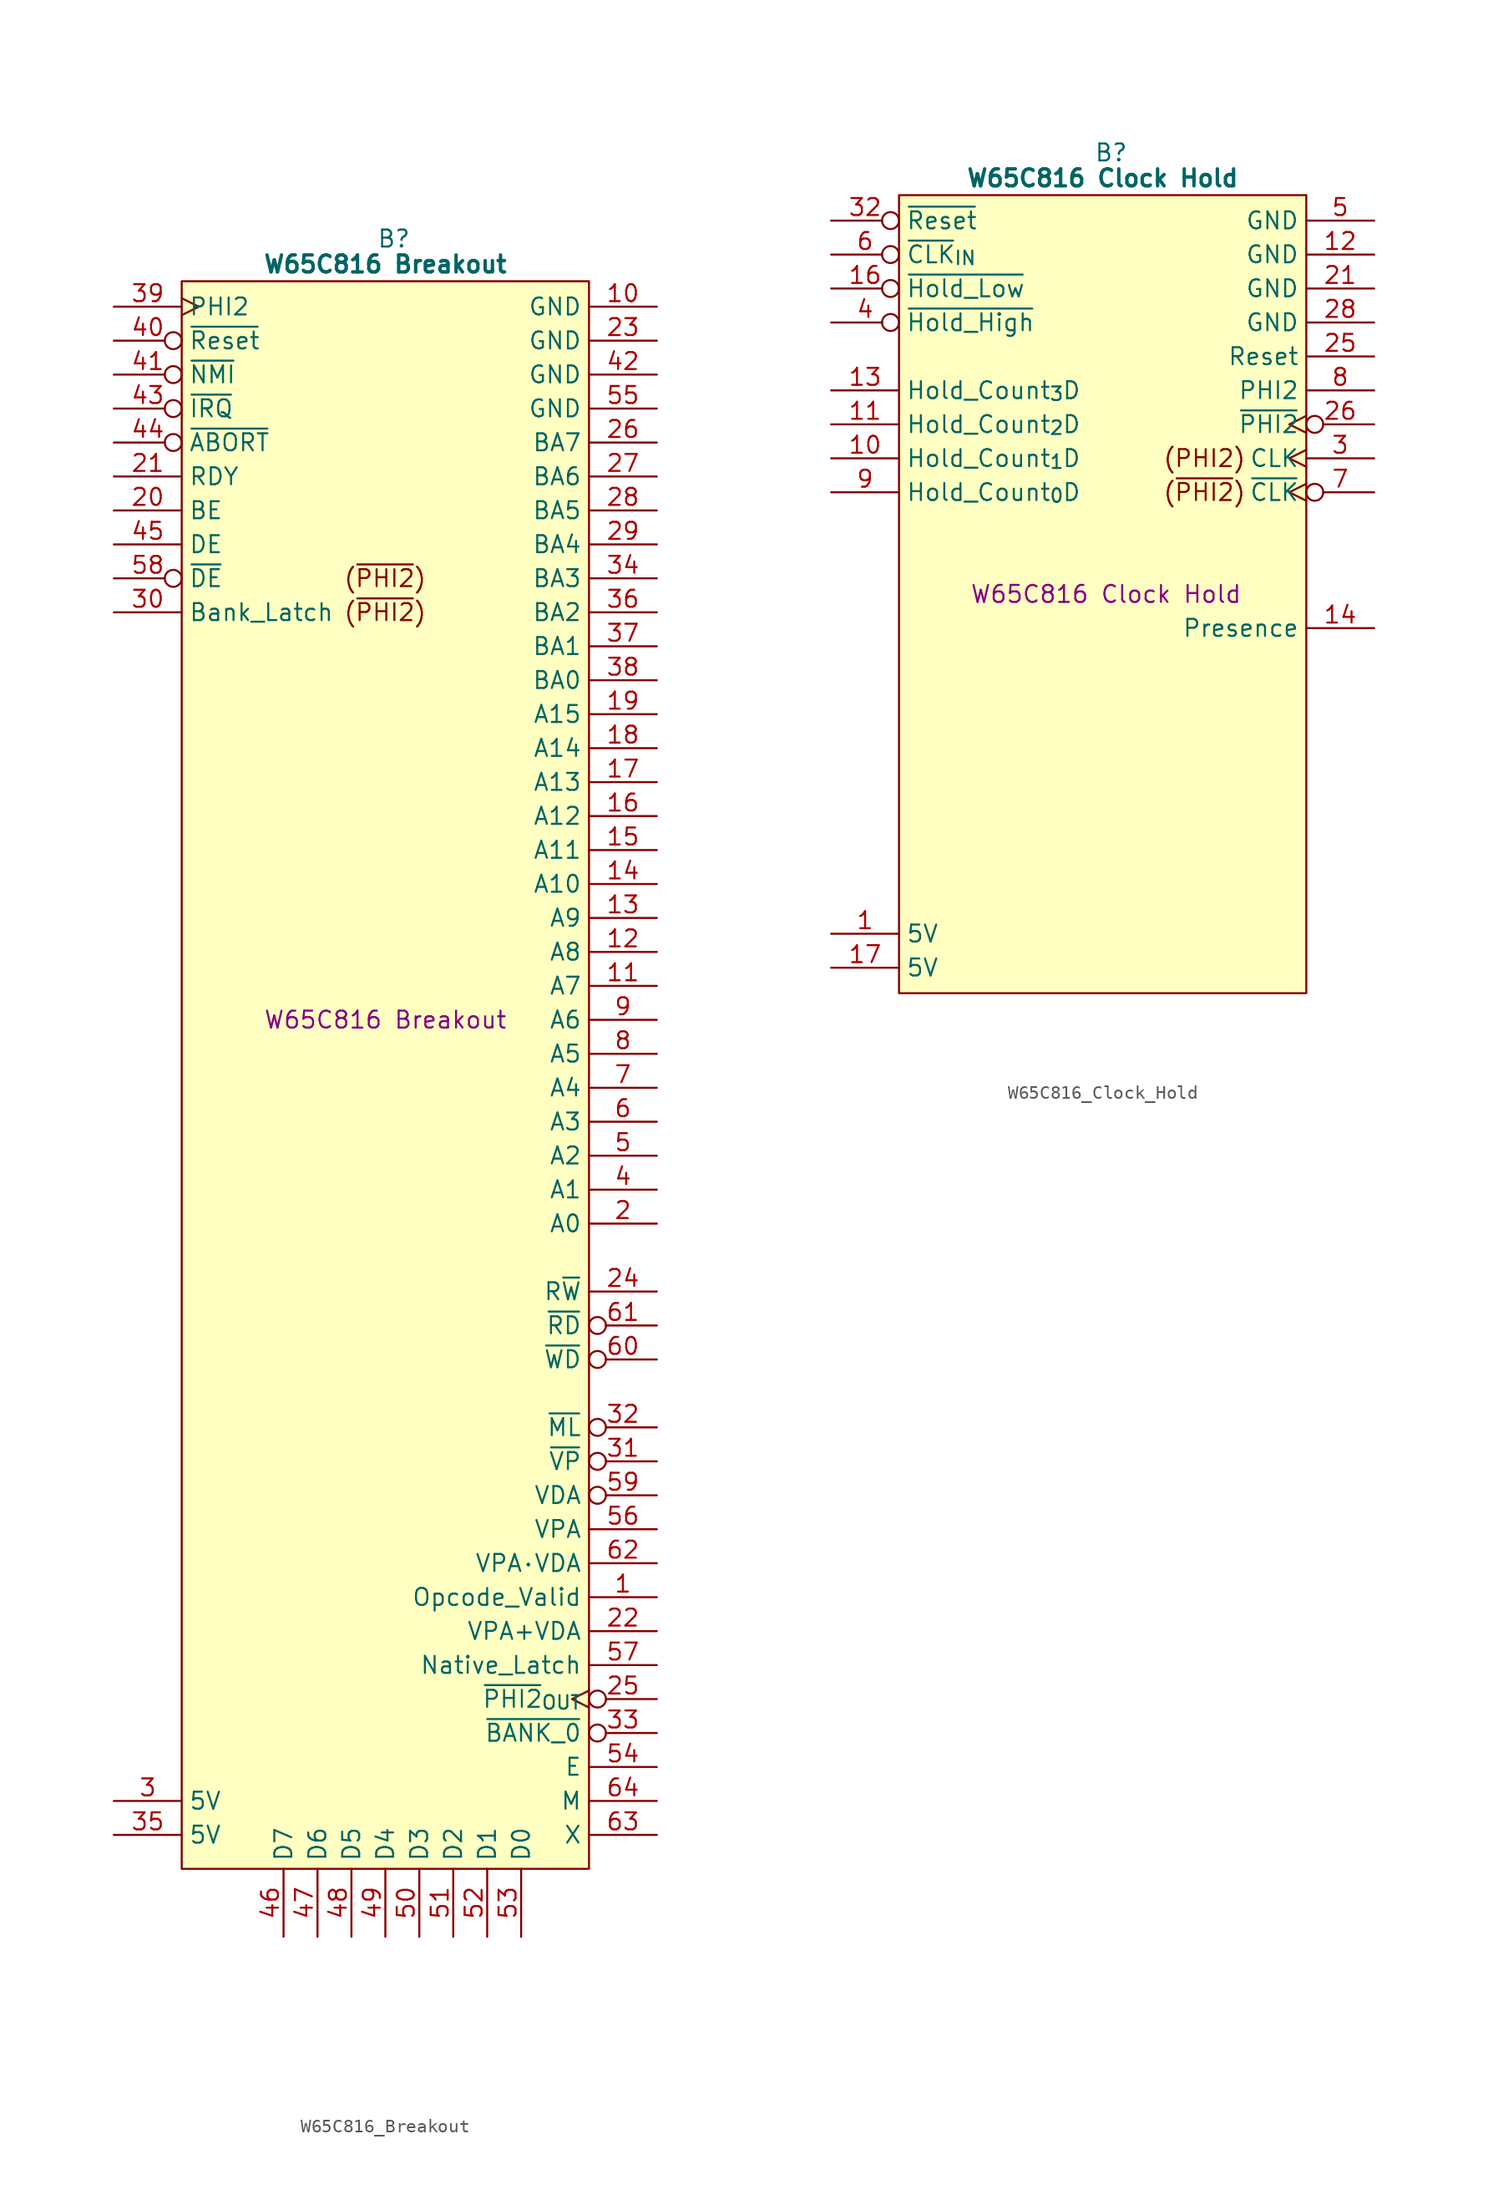
<source format=kicad_sym>
(kicad_symbol_lib
  (version 20241209)
  (generator "kicad_symbol_editor")
  (generator_version "9.0")
  (symbol "W65C816_Breakout"
    (property "Reference" "B"
      (at 15.875 5.08 0)
      (effects (font (size 1.27 1.27))))
    (property "Value" "W65C816 Breakout"
      (at 15.24 3.175 0)
      (effects (font (size 1.27 1.27) (bold yes))))
    (property "Description" "W65C816 Breakout"
      (at 15.24 -53.34 0)
      (effects (font (size 1.27 1.27))))
    (symbol "W65C816_Breakout_0_1"
      (polyline (pts (xy 0 1.905) (xy 30.48 1.905) (xy 30.48 -116.84) (xy 0 -116.84) (xy 0 1.905)) (stroke (width 0.152) (type default)) (fill (type background))))
    (symbol "W65C816_Breakout_1_1"
      (text "(~{PHI2})" (at 12.065 -20.32 0) (effects (font (size 1.27 1.27)) (justify left)))
      (text "(~{PHI2})" (at 12.065 -22.86 0) (effects (font (size 1.27 1.27)) (justify left)))
      (pin input clock (at -5.08 0 0) (length 5.08) (name "PHI2" (effects (font (size 1.27 1.27)))) (number "39" (effects (font (size 1.27 1.27)))))
      (pin input inverted (at -5.08 -2.54 0) (length 5.08) (name "~{Reset}" (effects (font (size 1.27 1.27)))) (number "40" (effects (font (size 1.27 1.27)))))
      (pin input inverted (at -5.08 -5.08 0) (length 5.08) (name "~{NMI}" (effects (font (size 1.27 1.27)))) (number "41" (effects (font (size 1.27 1.27)))))
      (pin input inverted (at -5.08 -7.62 0) (length 5.08) (name "~{IRQ}" (effects (font (size 1.27 1.27)))) (number "43" (effects (font (size 1.27 1.27)))))
      (pin input inverted (at -5.08 -10.16 0) (length 5.08) (name "~{ABORT}" (effects (font (size 1.27 1.27)))) (number "44" (effects (font (size 1.27 1.27)))))
      (pin tri_state line (at -5.08 -12.7 0) (length 5.08) (name "RDY" (effects (font (size 1.27 1.27)))) (number "21" (effects (font (size 1.27 1.27)))))
      (pin input line (at -5.08 -15.24 0) (length 5.08) (name "BE" (effects (font (size 1.27 1.27)))) (number "20" (effects (font (size 1.27 1.27)))))
      (pin input line (at -5.08 -17.78 0) (length 5.08) (name "DE" (effects (font (size 1.27 1.27)))) (number "45" (effects (font (size 1.27 1.27)))))
      (pin input inverted (at -5.08 -20.32 0) (length 5.08) (name "~{DE}" (effects (font (size 1.27 1.27)))) (number "58" (effects (font (size 1.27 1.27)))))
      (pin input line (at -5.08 -22.86 0) (length 5.08) (name "Bank_Latch" (effects (font (size 1.27 1.27)))) (number "30" (effects (font (size 1.27 1.27)))))
      (pin passive line (at -5.08 -111.76 0) (length 5.08) (name "5V" (effects (font (size 1.27 1.27)))) (number "3" (effects (font (size 1.27 1.27)))))
      (pin passive line (at -5.08 -114.3 0) (length 5.08) (name "5V" (effects (font (size 1.27 1.27)))) (number "35" (effects (font (size 1.27 1.27)))))
      (pin tri_state line (at 7.62 -121.92 90) (length 5.08) (name "D7" (effects (font (size 1.27 1.27)))) (number "46" (effects (font (size 1.27 1.27)))))
      (pin tri_state line (at 10.16 -121.92 90) (length 5.08) (name "D6" (effects (font (size 1.27 1.27)))) (number "47" (effects (font (size 1.27 1.27)))))
      (pin tri_state line (at 12.7 -121.92 90) (length 5.08) (name "D5" (effects (font (size 1.27 1.27)))) (number "48" (effects (font (size 1.27 1.27)))))
      (pin tri_state line (at 15.24 -121.92 90) (length 5.08) (name "D4" (effects (font (size 1.27 1.27)))) (number "49" (effects (font (size 1.27 1.27)))))
      (pin tri_state line (at 17.78 -121.92 90) (length 5.08) (name "D3" (effects (font (size 1.27 1.27)))) (number "50" (effects (font (size 1.27 1.27)))))
      (pin tri_state line (at 20.32 -121.92 90) (length 5.08) (name "D2" (effects (font (size 1.27 1.27)))) (number "51" (effects (font (size 1.27 1.27)))))
      (pin tri_state line (at 22.86 -121.92 90) (length 5.08) (name "D1" (effects (font (size 1.27 1.27)))) (number "52" (effects (font (size 1.27 1.27)))))
      (pin tri_state line (at 25.4 -121.92 90) (length 5.08) (name "D0" (effects (font (size 1.27 1.27)))) (number "53" (effects (font (size 1.27 1.27)))))
      (pin passive line (at 35.56 0 180) (length 5.08) (name "GND" (effects (font (size 1.27 1.27)))) (number "10" (effects (font (size 1.27 1.27)))))
      (pin passive line (at 35.56 -2.54 180) (length 5.08) (name "GND" (effects (font (size 1.27 1.27)))) (number "23" (effects (font (size 1.27 1.27)))))
      (pin passive line (at 35.56 -5.08 180) (length 5.08) (name "GND" (effects (font (size 1.27 1.27)))) (number "42" (effects (font (size 1.27 1.27)))))
      (pin passive line (at 35.56 -7.62 180) (length 5.08) (name "GND" (effects (font (size 1.27 1.27)))) (number "55" (effects (font (size 1.27 1.27)))))
      (pin output line (at 35.56 -10.16 180) (length 5.08) (name "BA7" (effects (font (size 1.27 1.27)))) (number "26" (effects (font (size 1.27 1.27)))))
      (pin output line (at 35.56 -12.7 180) (length 5.08) (name "BA6" (effects (font (size 1.27 1.27)))) (number "27" (effects (font (size 1.27 1.27)))))
      (pin output line (at 35.56 -15.24 180) (length 5.08) (name "BA5" (effects (font (size 1.27 1.27)))) (number "28" (effects (font (size 1.27 1.27)))))
      (pin output line (at 35.56 -17.78 180) (length 5.08) (name "BA4" (effects (font (size 1.27 1.27)))) (number "29" (effects (font (size 1.27 1.27)))))
      (pin output line (at 35.56 -20.32 180) (length 5.08) (name "BA3" (effects (font (size 1.27 1.27)))) (number "34" (effects (font (size 1.27 1.27)))))
      (pin output line (at 35.56 -22.86 180) (length 5.08) (name "BA2" (effects (font (size 1.27 1.27)))) (number "36" (effects (font (size 1.27 1.27)))))
      (pin output line (at 35.56 -25.4 180) (length 5.08) (name "BA1" (effects (font (size 1.27 1.27)))) (number "37" (effects (font (size 1.27 1.27)))))
      (pin output line (at 35.56 -27.94 180) (length 5.08) (name "BA0" (effects (font (size 1.27 1.27)))) (number "38" (effects (font (size 1.27 1.27)))))
      (pin output line (at 35.56 -30.48 180) (length 5.08) (name "A15" (effects (font (size 1.27 1.27)))) (number "19" (effects (font (size 1.27 1.27)))))
      (pin output line (at 35.56 -33.02 180) (length 5.08) (name "A14" (effects (font (size 1.27 1.27)))) (number "18" (effects (font (size 1.27 1.27)))))
      (pin output line (at 35.56 -35.56 180) (length 5.08) (name "A13" (effects (font (size 1.27 1.27)))) (number "17" (effects (font (size 1.27 1.27)))))
      (pin output line (at 35.56 -38.1 180) (length 5.08) (name "A12" (effects (font (size 1.27 1.27)))) (number "16" (effects (font (size 1.27 1.27)))))
      (pin output line (at 35.56 -40.64 180) (length 5.08) (name "A11" (effects (font (size 1.27 1.27)))) (number "15" (effects (font (size 1.27 1.27)))))
      (pin output line (at 35.56 -43.18 180) (length 5.08) (name "A10" (effects (font (size 1.27 1.27)))) (number "14" (effects (font (size 1.27 1.27)))))
      (pin output line (at 35.56 -45.72 180) (length 5.08) (name "A9" (effects (font (size 1.27 1.27)))) (number "13" (effects (font (size 1.27 1.27)))))
      (pin output line (at 35.56 -48.26 180) (length 5.08) (name "A8" (effects (font (size 1.27 1.27)))) (number "12" (effects (font (size 1.27 1.27)))))
      (pin output line (at 35.56 -50.8 180) (length 5.08) (name "A7" (effects (font (size 1.27 1.27)))) (number "11" (effects (font (size 1.27 1.27)))))
      (pin output line (at 35.56 -53.34 180) (length 5.08) (name "A6" (effects (font (size 1.27 1.27)))) (number "9" (effects (font (size 1.27 1.27)))))
      (pin output line (at 35.56 -55.88 180) (length 5.08) (name "A5" (effects (font (size 1.27 1.27)))) (number "8" (effects (font (size 1.27 1.27)))))
      (pin output line (at 35.56 -58.42 180) (length 5.08) (name "A4" (effects (font (size 1.27 1.27)))) (number "7" (effects (font (size 1.27 1.27)))))
      (pin output line (at 35.56 -60.96 180) (length 5.08) (name "A3" (effects (font (size 1.27 1.27)))) (number "6" (effects (font (size 1.27 1.27)))))
      (pin output line (at 35.56 -63.5 180) (length 5.08) (name "A2" (effects (font (size 1.27 1.27)))) (number "5" (effects (font (size 1.27 1.27)))))
      (pin output line (at 35.56 -66.04 180) (length 5.08) (name "A1" (effects (font (size 1.27 1.27)))) (number "4" (effects (font (size 1.27 1.27)))))
      (pin output line (at 35.56 -68.58 180) (length 5.08) (name "A0" (effects (font (size 1.27 1.27)))) (number "2" (effects (font (size 1.27 1.27)))))
      (pin output line (at 35.56 -73.66 180) (length 5.08) (name "R~{W}" (effects (font (size 1.27 1.27)))) (number "24" (effects (font (size 1.27 1.27)))))
      (pin output inverted (at 35.56 -76.2 180) (length 5.08) (name "~{RD}" (effects (font (size 1.27 1.27)))) (number "61" (effects (font (size 1.27 1.27)))))
      (pin output inverted (at 35.56 -78.74 180) (length 5.08) (name "~{WD}" (effects (font (size 1.27 1.27)))) (number "60" (effects (font (size 1.27 1.27)))))
      (pin output inverted (at 35.56 -83.82 180) (length 5.08) (name "~{ML}" (effects (font (size 1.27 1.27)))) (number "32" (effects (font (size 1.27 1.27)))))
      (pin output inverted (at 35.56 -86.36 180) (length 5.08) (name "~{VP}" (effects (font (size 1.27 1.27)))) (number "31" (effects (font (size 1.27 1.27)))))
      (pin output inverted (at 35.56 -88.9 180) (length 5.08) (name "VDA" (effects (font (size 1.27 1.27)))) (number "59" (effects (font (size 1.27 1.27)))))
      (pin output line (at 35.56 -91.44 180) (length 5.08) (name "VPA" (effects (font (size 1.27 1.27)))) (number "56" (effects (font (size 1.27 1.27)))))
      (pin output line (at 35.56 -93.98 180) (length 5.08) (name "VPA·VDA" (effects (font (size 1.27 1.27)))) (number "62" (effects (font (size 1.27 1.27)))))
      (pin output line (at 35.56 -96.52 180) (length 5.08) (name "Opcode_Valid" (effects (font (size 1.27 1.27)))) (number "1" (effects (font (size 1.27 1.27)))))
      (pin output line (at 35.56 -99.06 180) (length 5.08) (name "VPA+VDA" (effects (font (size 1.27 1.27)))) (number "22" (effects (font (size 1.27 1.27)))))
      (pin output line (at 35.56 -101.6 180) (length 5.08) (name "Native_Latch" (effects (font (size 1.27 1.27)))) (number "57" (effects (font (size 1.27 1.27)))))
      (pin output inverted_clock (at 35.56 -104.14 180) (length 5.08) (name "~{PHI2}_{OUT}" (effects (font (size 1.27 1.27)))) (number "25" (effects (font (size 1.27 1.27)))))
      (pin output inverted (at 35.56 -106.68 180) (length 5.08) (name "~{BANK_0}" (effects (font (size 1.27 1.27)))) (number "33" (effects (font (size 1.27 1.27)))))
      (pin output line (at 35.56 -109.22 180) (length 5.08) (name "E" (effects (font (size 1.27 1.27)))) (number "54" (effects (font (size 1.27 1.27)))))
      (pin output line (at 35.56 -111.76 180) (length 5.08) (name "M" (effects (font (size 1.27 1.27)))) (number "64" (effects (font (size 1.27 1.27)))))
      (pin output line (at 35.56 -114.3 180) (length 5.08) (name "X" (effects (font (size 1.27 1.27)))) (number "63" (effects (font (size 1.27 1.27)))))))
  (symbol "W65C816_Clock_Hold"
    (property "Reference" "B"
      (at 15.875 5.08 0)
      (effects (font (size 1.27 1.27))))
    (property "Value" "W65C816 Clock Hold"
      (at 15.24 3.175 0)
      (effects (font (size 1.27 1.27) (bold yes))))
    (property "Description" "W65C816 Clock Hold"
      (at 15.494 -27.94 0)
      (effects (font (size 1.27 1.27))))
    (symbol "W65C816_Clock_Hold_0_1"
      (polyline (pts (xy 0 1.905) (xy 30.48 1.905) (xy 30.48 -57.785) (xy 0 -57.785) (xy 0 1.905)) (stroke (width 0.152) (type default)) (fill (type background))))
    (symbol "W65C816_Clock_Hold_1_0"
      (text "(~{PHI2})" (at 22.86 -20.32 0) (effects (font (size 1.27 1.27)))))
    (symbol "W65C816_Clock_Hold_1_1"
      (text "(PHI2)" (at 22.86 -17.78 0) (effects (font (size 1.27 1.27))))
      (pin input inverted (at -5.08 0 0) (length 5.08) (name "~{Reset}" (effects (font (size 1.27 1.27)))) (number "32" (effects (font (size 1.27 1.27)))))
      (pin input inverted (at -5.08 -2.54 0) (length 5.08) (name "~{CLK}_{IN}" (effects (font (size 1.27 1.27)))) (number "6" (effects (font (size 1.27 1.27)))))
      (pin input inverted (at -5.08 -5.08 0) (length 5.08) (name "~{Hold_Low}" (effects (font (size 1.27 1.27)))) (number "16" (effects (font (size 1.27 1.27)))))
      (pin input inverted (at -5.08 -7.62 0) (length 5.08) (name "~{Hold_High}" (effects (font (size 1.27 1.27)))) (number "4" (effects (font (size 1.27 1.27)))))
      (pin input line (at -5.08 -12.7 0) (length 5.08) (name "Hold_Count_{3}D" (effects (font (size 1.27 1.27)))) (number "13" (effects (font (size 1.27 1.27)))))
      (pin input line (at -5.08 -15.24 0) (length 5.08) (name "Hold_Count_{2}D" (effects (font (size 1.27 1.27)))) (number "11" (effects (font (size 1.27 1.27)))))
      (pin input line (at -5.08 -17.78 0) (length 5.08) (name "Hold_Count_{1}D" (effects (font (size 1.27 1.27)))) (number "10" (effects (font (size 1.27 1.27)))))
      (pin input line (at -5.08 -20.32 0) (length 5.08) (name "Hold_Count_{0}D" (effects (font (size 1.27 1.27)))) (number "9" (effects (font (size 1.27 1.27)))))
      (pin passive line (at -5.08 -53.34 0) (length 5.08) (name "5V" (effects (font (size 1.27 1.27)))) (number "1" (effects (font (size 1.27 1.27)))))
      (pin passive line (at -5.08 -55.88 0) (length 5.08) (name "5V" (effects (font (size 1.27 1.27)))) (number "17" (effects (font (size 1.27 1.27)))))
      (pin passive line (at 35.56 0 180) (length 5.08) (name "GND" (effects (font (size 1.27 1.27)))) (number "5" (effects (font (size 1.27 1.27)))))
      (pin passive line (at 35.56 -2.54 180) (length 5.08) (name "GND" (effects (font (size 1.27 1.27)))) (number "12" (effects (font (size 1.27 1.27)))))
      (pin passive line (at 35.56 -5.08 180) (length 5.08) (name "GND" (effects (font (size 1.27 1.27)))) (number "21" (effects (font (size 1.27 1.27)))))
      (pin passive line (at 35.56 -7.62 180) (length 5.08) (name "GND" (effects (font (size 1.27 1.27)))) (number "28" (effects (font (size 1.27 1.27)))))
      (pin output line (at 35.56 -10.16 180) (length 5.08) (name "Reset" (effects (font (size 1.27 1.27)))) (number "25" (effects (font (size 1.27 1.27)))))
      (pin output line (at 35.56 -12.7 180) (length 5.08) (name "PHI2" (effects (font (size 1.27 1.27)))) (number "8" (effects (font (size 1.27 1.27)))))
      (pin output inverted_clock (at 35.56 -15.24 180) (length 5.08) (name "~{PHI2}" (effects (font (size 1.27 1.27)))) (number "26" (effects (font (size 1.27 1.27)))))
      (pin output clock (at 35.56 -17.78 180) (length 5.08) (name "CLK" (effects (font (size 1.27 1.27)))) (number "3" (effects (font (size 1.27 1.27)))))
      (pin output inverted_clock (at 35.56 -20.32 180) (length 5.08) (name "~{CLK}" (effects (font (size 1.27 1.27)))) (number "7" (effects (font (size 1.27 1.27)))))
      (pin output line (at 35.56 -22.86 180) (length 5.08) (hide yes) (name "CLK_High_Pulse" (effects (font (size 1.27 1.27)))) (number "2" (effects (font (size 1.27 1.27)))))
      (pin output line (at 35.56 -25.4 180) (length 5.08) (hide yes) (name "CLK_Low_Pulse" (effects (font (size 1.27 1.27)))) (number "15" (effects (font (size 1.27 1.27)))))
      (pin output line (at 35.56 -30.48 180) (length 5.08) (name "Presence" (effects (font (size 1.27 1.27)))) (number "14" (effects (font (size 1.27 1.27)))))
      (pin output line (at 35.56 -33.02 180) (length 5.08) (hide yes) (name "HC=CC" (effects (font (size 1.27 1.27)))) (number "19" (effects (font (size 1.27 1.27)))))
      (pin output inverted (at 35.56 -35.56 180) (length 5.08) (hide yes) (name "~{HC=CC}" (effects (font (size 1.27 1.27)))) (number "18" (effects (font (size 1.27 1.27)))))
      (pin output line (at 35.56 -38.1 180) (length 5.08) (hide yes) (name "Clk_Count_{3}" (effects (font (size 1.27 1.27)))) (number "20" (effects (font (size 1.27 1.27)))))
      (pin output line (at 35.56 -40.64 180) (length 5.08) (hide yes) (name "Clk_Count_{2}" (effects (font (size 1.27 1.27)))) (number "22" (effects (font (size 1.27 1.27)))))
      (pin output line (at 35.56 -43.18 180) (length 5.08) (hide yes) (name "Clk_Count_{1}" (effects (font (size 1.27 1.27)))) (number "23" (effects (font (size 1.27 1.27)))))
      (pin output line (at 35.56 -45.72 180) (length 5.08) (hide yes) (name "Clk_Count_{0}" (effects (font (size 1.27 1.27)))) (number "24" (effects (font (size 1.27 1.27)))))
      (pin output line (at 35.56 -48.26 180) (length 5.08) (hide yes) (name "HC_Latch_{3}" (effects (font (size 1.27 1.27)))) (number "27" (effects (font (size 1.27 1.27)))))
      (pin output line (at 35.56 -50.8 180) (length 5.08) (hide yes) (name "HC_Latch_{2}" (effects (font (size 1.27 1.27)))) (number "29" (effects (font (size 1.27 1.27)))))
      (pin output line (at 35.56 -53.34 180) (length 5.08) (hide yes) (name "HC_Latch_{1}" (effects (font (size 1.27 1.27)))) (number "30" (effects (font (size 1.27 1.27)))))
      (pin output line (at 35.56 -55.88 180) (length 5.08) (hide yes) (name "HC_Latch_{0}" (effects (font (size 1.27 1.27)))) (number "31" (effects (font (size 1.27 1.27))))))))
</source>
